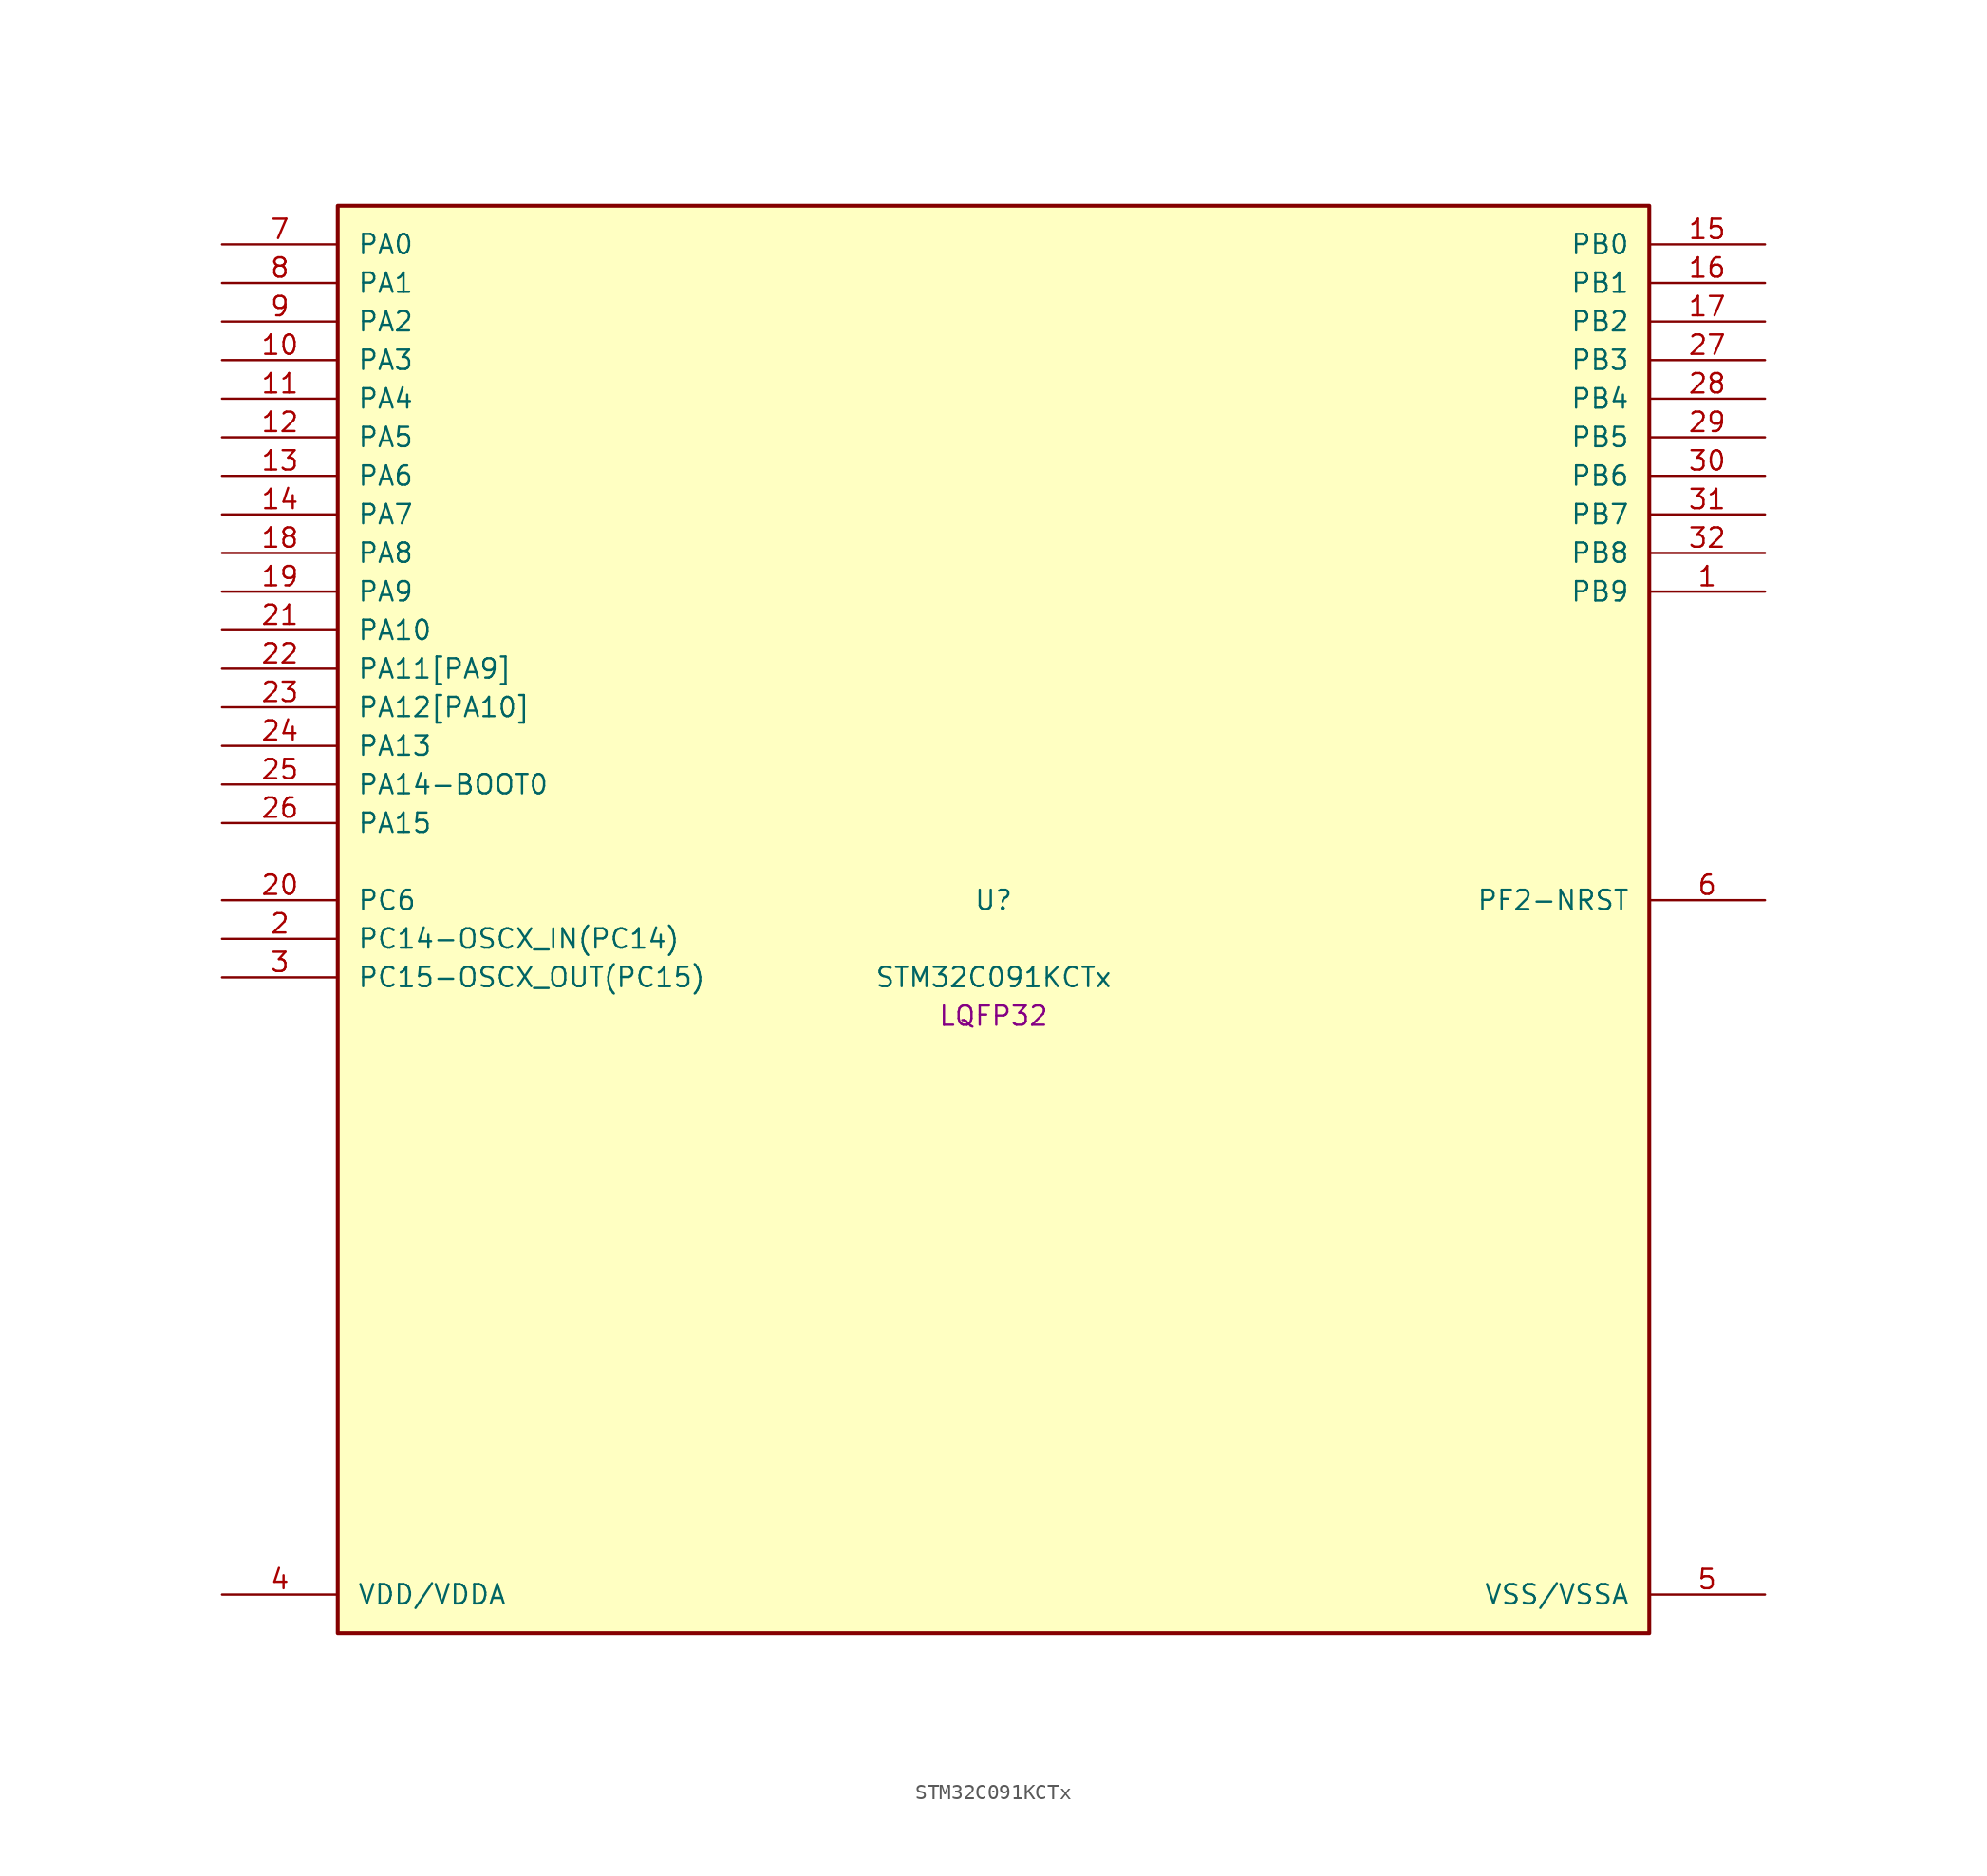
<source format=kicad_sym>
(kicad_symbol_lib
  (version 20241209)
  (generator "stm32_pkl_generator")
  (generator_version "1.0")
  (symbol "STM32C091KCTx"
    (pin_names
      (offset 1.27))
    (property "Reference" "U"
      (at 0 2.54 0))
    (property "Value" "STM32C091KCTx"
      (at 0 -2.54 0))
    (property "Footprint" "LQFP32"
      (at 0 -5.08 0))
    (symbol "STM32C091KCTx_1_1"
      (rectangle (start -43.18 48.26) (end 43.18 -45.72) (stroke (width 0.254) (type solid)) (fill (type background)))
      (pin bidirectional line (at -50.8 45.72 0) (length 7.62) (name "PA0") (number "7") (alternate "PA0/ADC1_IN0" bidirectional line) (alternate "PA0/PWR_WKUP1" bidirectional line) (alternate "PA0/SPI2_SCK" bidirectional line) (alternate "PA0/TIM16_CH1" bidirectional line) (alternate "PA0/TIM1_CH1" bidirectional line) (alternate "PA0/TIM2_CH1" bidirectional line) (alternate "PA0/TIM2_ETR" bidirectional line) (alternate "PA0/USART1_TX" bidirectional line) (alternate "PA0/USART2_CTS" bidirectional line) (alternate "PA0/USART2_NSS" bidirectional line) (alternate "PA0/USART4_TX" bidirectional line))
      (pin bidirectional line (at -50.8 43.18 0) (length 7.62) (name "PA1") (number "8") (alternate "PA1/ADC1_IN1" bidirectional line) (alternate "PA1/I2C1_SMBA" bidirectional line) (alternate "PA1/I2S1_CK" bidirectional line) (alternate "PA1/SPI1_SCK" bidirectional line) (alternate "PA1/TIM15_CH1N" bidirectional line) (alternate "PA1/TIM17_CH1" bidirectional line) (alternate "PA1/TIM1_CH2" bidirectional line) (alternate "PA1/TIM2_CH2" bidirectional line) (alternate "PA1/USART1_RX" bidirectional line) (alternate "PA1/USART2_CK" bidirectional line) (alternate "PA1/USART2_DE" bidirectional line) (alternate "PA1/USART2_RTS" bidirectional line) (alternate "PA1/USART4_RX" bidirectional line))
      (pin bidirectional line (at -50.8 40.64 0) (length 7.62) (name "PA2") (number "9") (alternate "PA2/ADC1_IN2" bidirectional line) (alternate "PA2/I2S1_SD" bidirectional line) (alternate "PA2/PWR_WKUP4" bidirectional line) (alternate "PA2/RCC_LSCO" bidirectional line) (alternate "PA2/SPI1_MOSI" bidirectional line) (alternate "PA2/TIM15_CH1" bidirectional line) (alternate "PA2/TIM16_CH1N" bidirectional line) (alternate "PA2/TIM1_CH3" bidirectional line) (alternate "PA2/TIM2_CH3" bidirectional line) (alternate "PA2/TIM3_ETR" bidirectional line) (alternate "PA2/USART2_TX" bidirectional line))
      (pin bidirectional line (at -50.8 38.1 0) (length 7.62) (name "PA3") (number "10") (alternate "PA3/ADC1_IN3" bidirectional line) (alternate "PA3/SPI2_MISO" bidirectional line) (alternate "PA3/TIM15_CH2" bidirectional line) (alternate "PA3/TIM1_CH1N" bidirectional line) (alternate "PA3/TIM1_CH4" bidirectional line) (alternate "PA3/TIM2_CH4" bidirectional line) (alternate "PA3/USART2_RX" bidirectional line))
      (pin bidirectional line (at -50.8 35.56 0) (length 7.62) (name "PA4") (number "11") (alternate "PA4/ADC1_IN4" bidirectional line) (alternate "PA4/I2S1_WS" bidirectional line) (alternate "PA4/PWR_WKUP2" bidirectional line) (alternate "PA4/RTC_OUT1" bidirectional line) (alternate "PA4/RTC_TS" bidirectional line) (alternate "PA4/SPI1_NSS" bidirectional line) (alternate "PA4/SPI2_MOSI" bidirectional line) (alternate "PA4/TIM14_CH1" bidirectional line) (alternate "PA4/TIM17_CH1N" bidirectional line) (alternate "PA4/TIM1_CH2N" bidirectional line) (alternate "PA4/USART2_TX" bidirectional line))
      (pin bidirectional line (at -50.8 33.02 0) (length 7.62) (name "PA5") (number "12") (alternate "PA5/ADC1_IN5" bidirectional line) (alternate "PA5/I2S1_CK" bidirectional line) (alternate "PA5/SPI1_SCK" bidirectional line) (alternate "PA5/TIM1_CH1" bidirectional line) (alternate "PA5/TIM1_CH3N" bidirectional line) (alternate "PA5/TIM2_CH1" bidirectional line) (alternate "PA5/TIM2_ETR" bidirectional line) (alternate "PA5/USART2_RX" bidirectional line) (alternate "PA5/USART3_TX" bidirectional line))
      (pin bidirectional line (at -50.8 30.48 0) (length 7.62) (name "PA6") (number "13") (alternate "PA6/ADC1_IN6" bidirectional line) (alternate "PA6/I2C2_SDA" bidirectional line) (alternate "PA6/I2S1_MCK" bidirectional line) (alternate "PA6/SPI1_MISO" bidirectional line) (alternate "PA6/TIM16_CH1" bidirectional line) (alternate "PA6/TIM1_BKIN" bidirectional line) (alternate "PA6/TIM3_CH1" bidirectional line) (alternate "PA6/USART3_CTS" bidirectional line) (alternate "PA6/USART3_NSS" bidirectional line))
      (pin bidirectional line (at -50.8 27.94 0) (length 7.62) (name "PA7") (number "14") (alternate "PA7/ADC1_IN7" bidirectional line) (alternate "PA7/I2C2_SCL" bidirectional line) (alternate "PA7/I2S1_SD" bidirectional line) (alternate "PA7/SPI1_MOSI" bidirectional line) (alternate "PA7/TIM14_CH1" bidirectional line) (alternate "PA7/TIM17_CH1" bidirectional line) (alternate "PA7/TIM1_CH1N" bidirectional line) (alternate "PA7/TIM3_CH2" bidirectional line))
      (pin bidirectional line (at -50.8 25.4 0) (length 7.62) (name "PA8") (number "18") (alternate "PA8/ADC1_IN8" bidirectional line) (alternate "PA8/I2S1_WS" bidirectional line) (alternate "PA8/RCC_MCO" bidirectional line) (alternate "PA8/RCC_MCO_2" bidirectional line) (alternate "PA8/SPI1_NSS" bidirectional line) (alternate "PA8/SPI2_MISO" bidirectional line) (alternate "PA8/SPI2_NSS" bidirectional line) (alternate "PA8/TIM14_CH1" bidirectional line) (alternate "PA8/TIM1_CH1" bidirectional line) (alternate "PA8/TIM1_CH2N" bidirectional line) (alternate "PA8/TIM1_CH3N" bidirectional line) (alternate "PA8/TIM3_CH3" bidirectional line) (alternate "PA8/TIM3_CH4" bidirectional line) (alternate "PA8/USART1_RX" bidirectional line) (alternate "PA8/USART2_TX" bidirectional line))
      (pin bidirectional line (at -50.8 22.86 0) (length 7.62) (name "PA9") (number "19") (alternate "PA9/I2C1_SCL" bidirectional line) (alternate "PA9/I2C2_SCL" bidirectional line) (alternate "PA9/RCC_MCO" bidirectional line) (alternate "PA9/SPI2_MISO" bidirectional line) (alternate "PA9/TIM15_BKIN" bidirectional line) (alternate "PA9/TIM1_CH2" bidirectional line) (alternate "PA9/TIM3_ETR" bidirectional line) (alternate "PA9/USART1_TX" bidirectional line) (alternate "PA9/NC" bidirectional line))
      (pin bidirectional line (at -50.8 20.32 0) (length 7.62) (name "PA10") (number "21") (alternate "PA10/I2C1_SDA" bidirectional line) (alternate "PA10/I2C2_SDA" bidirectional line) (alternate "PA10/RCC_MCO_2" bidirectional line) (alternate "PA10/SPI2_MOSI" bidirectional line) (alternate "PA10/TIM17_BKIN" bidirectional line) (alternate "PA10/TIM1_CH3" bidirectional line) (alternate "PA10/USART1_RX" bidirectional line) (alternate "PA10/NC" bidirectional line))
      (pin bidirectional line (at -50.8 17.78 0) (length 7.62) (name "PA11[PA9]") (number "22") (alternate "PA11[PA9]/ADC1_EXTI11" bidirectional line) (alternate "PA11[PA9]/I2C2_SCL" bidirectional line) (alternate "PA11[PA9]/I2S1_MCK" bidirectional line) (alternate "PA11[PA9]/SPI1_MISO" bidirectional line) (alternate "PA11[PA9]/TIM1_BKIN2" bidirectional line) (alternate "PA11[PA9]/TIM1_CH4" bidirectional line) (alternate "PA11[PA9]/USART1_CTS" bidirectional line) (alternate "PA11[PA9]/USART1_NSS" bidirectional line) (alternate "PA11[PA9]/PA9[PA11]" bidirectional line) (alternate "PA11[PA9]/I2C1_SCL" bidirectional line) (alternate "PA11[PA9]/RCC_MCO" bidirectional line) (alternate "PA11[PA9]/SPI2_MISO" bidirectional line) (alternate "PA11[PA9]/TIM15_BKIN" bidirectional line) (alternate "PA11[PA9]/TIM1_CH2" bidirectional line) (alternate "PA11[PA9]/TIM3_ETR" bidirectional line) (alternate "PA11[PA9]/USART1_TX" bidirectional line))
      (pin bidirectional line (at -50.8 15.24 0) (length 7.62) (name "PA12[PA10]") (number "23") (alternate "PA12[PA10]/I2C2_SDA" bidirectional line) (alternate "PA12[PA10]/I2S1_SD" bidirectional line) (alternate "PA12[PA10]/I2S_CKIN" bidirectional line) (alternate "PA12[PA10]/SPI1_MOSI" bidirectional line) (alternate "PA12[PA10]/TIM1_ETR" bidirectional line) (alternate "PA12[PA10]/USART1_CK" bidirectional line) (alternate "PA12[PA10]/USART1_DE" bidirectional line) (alternate "PA12[PA10]/USART1_RTS" bidirectional line) (alternate "PA12[PA10]/PA10[PA12]" bidirectional line) (alternate "PA12[PA10]/I2C1_SDA" bidirectional line) (alternate "PA12[PA10]/RCC_MCO_2" bidirectional line) (alternate "PA12[PA10]/SPI2_MOSI" bidirectional line) (alternate "PA12[PA10]/TIM17_BKIN" bidirectional line) (alternate "PA12[PA10]/TIM1_CH3" bidirectional line) (alternate "PA12[PA10]/USART1_RX" bidirectional line))
      (pin bidirectional line (at -50.8 12.7 0) (length 7.62) (name "PA13") (number "24") (alternate "PA13/ADC1_IN13" bidirectional line) (alternate "PA13/DEBUG_SWDIO" bidirectional line) (alternate "PA13/IR_OUT" bidirectional line) (alternate "PA13/TIM3_ETR" bidirectional line) (alternate "PA13/USART2_RX" bidirectional line))
      (pin bidirectional line (at -50.8 10.16 0) (length 7.62) (name "PA14-BOOT0") (number "25") (alternate "PA14-BOOT0/ADC1_IN14" bidirectional line) (alternate "PA14-BOOT0/BOOT0" bidirectional line) (alternate "PA14-BOOT0/DEBUG_SWCLK" bidirectional line) (alternate "PA14-BOOT0/I2S1_WS" bidirectional line) (alternate "PA14-BOOT0/RCC_MCO_2" bidirectional line) (alternate "PA14-BOOT0/SPI1_NSS" bidirectional line) (alternate "PA14-BOOT0/TIM1_CH1" bidirectional line) (alternate "PA14-BOOT0/USART1_CK" bidirectional line) (alternate "PA14-BOOT0/USART1_DE" bidirectional line) (alternate "PA14-BOOT0/USART1_RTS" bidirectional line) (alternate "PA14-BOOT0/USART2_RX" bidirectional line) (alternate "PA14-BOOT0/USART2_TX" bidirectional line))
      (pin bidirectional line (at -50.8 7.62 0) (length 7.62) (name "PA15") (number "26") (alternate "PA15/I2S1_WS" bidirectional line) (alternate "PA15/RCC_MCO_2" bidirectional line) (alternate "PA15/SPI1_NSS" bidirectional line) (alternate "PA15/TIM1_CH1" bidirectional line) (alternate "PA15/TIM2_CH1" bidirectional line) (alternate "PA15/TIM2_ETR" bidirectional line) (alternate "PA15/USART1_CK" bidirectional line) (alternate "PA15/USART1_DE" bidirectional line) (alternate "PA15/USART1_RTS" bidirectional line) (alternate "PA15/USART2_RX" bidirectional line) (alternate "PA15/USART3_CK" bidirectional line) (alternate "PA15/USART3_DE" bidirectional line) (alternate "PA15/USART3_RTS" bidirectional line) (alternate "PA15/USART4_CK" bidirectional line) (alternate "PA15/USART4_DE" bidirectional line) (alternate "PA15/USART4_RTS" bidirectional line))
      (pin bidirectional line (at 50.8 45.72 180) (length 7.62) (name "PB0") (number "15") (alternate "PB0/ADC1_IN17" bidirectional line) (alternate "PB0/I2S1_WS" bidirectional line) (alternate "PB0/SPI1_NSS" bidirectional line) (alternate "PB0/TIM1_CH2N" bidirectional line) (alternate "PB0/TIM3_CH3" bidirectional line) (alternate "PB0/USART3_RX" bidirectional line))
      (pin bidirectional line (at 50.8 43.18 180) (length 7.62) (name "PB1") (number "16") (alternate "PB1/ADC1_IN18" bidirectional line) (alternate "PB1/TIM14_CH1" bidirectional line) (alternate "PB1/TIM1_CH2N" bidirectional line) (alternate "PB1/TIM1_CH3N" bidirectional line) (alternate "PB1/TIM3_CH4" bidirectional line) (alternate "PB1/USART3_CK" bidirectional line) (alternate "PB1/USART3_DE" bidirectional line) (alternate "PB1/USART3_RTS" bidirectional line))
      (pin bidirectional line (at 50.8 40.64 180) (length 7.62) (name "PB2") (number "17") (alternate "PB2/ADC1_IN19" bidirectional line) (alternate "PB2/RCC_MCO_2" bidirectional line) (alternate "PB2/SPI2_MISO" bidirectional line) (alternate "PB2/USART1_RX" bidirectional line) (alternate "PB2/USART3_TX" bidirectional line))
      (pin bidirectional line (at 50.8 38.1 180) (length 7.62) (name "PB3") (number "27") (alternate "PB3/I2C2_SCL" bidirectional line) (alternate "PB3/I2S1_CK" bidirectional line) (alternate "PB3/SPI1_SCK" bidirectional line) (alternate "PB3/TIM1_CH2" bidirectional line) (alternate "PB3/TIM2_CH2" bidirectional line) (alternate "PB3/TIM3_CH2" bidirectional line) (alternate "PB3/USART1_CK" bidirectional line) (alternate "PB3/USART1_DE" bidirectional line) (alternate "PB3/USART1_RTS" bidirectional line))
      (pin bidirectional line (at 50.8 35.56 180) (length 7.62) (name "PB4") (number "28") (alternate "PB4/I2C2_SDA" bidirectional line) (alternate "PB4/I2S1_MCK" bidirectional line) (alternate "PB4/SPI1_MISO" bidirectional line) (alternate "PB4/TIM17_BKIN" bidirectional line) (alternate "PB4/TIM3_CH1" bidirectional line) (alternate "PB4/USART1_CTS" bidirectional line) (alternate "PB4/USART1_NSS" bidirectional line))
      (pin bidirectional line (at 50.8 33.02 180) (length 7.62) (name "PB5") (number "29") (alternate "PB5/I2C1_SMBA" bidirectional line) (alternate "PB5/I2S1_SD" bidirectional line) (alternate "PB5/PWR_WKUP6" bidirectional line) (alternate "PB5/SPI1_MOSI" bidirectional line) (alternate "PB5/TIM16_BKIN" bidirectional line) (alternate "PB5/TIM3_CH2" bidirectional line) (alternate "PB5/TIM3_CH3" bidirectional line))
      (pin bidirectional line (at 50.8 30.48 180) (length 7.62) (name "PB6") (number "30") (alternate "PB6/I2C1_SCL" bidirectional line) (alternate "PB6/I2C1_SMBA" bidirectional line) (alternate "PB6/I2S1_CK" bidirectional line) (alternate "PB6/I2S1_MCK" bidirectional line) (alternate "PB6/I2S1_SD" bidirectional line) (alternate "PB6/PWR_WKUP3" bidirectional line) (alternate "PB6/SPI1_MISO" bidirectional line) (alternate "PB6/SPI1_MOSI" bidirectional line) (alternate "PB6/SPI1_SCK" bidirectional line) (alternate "PB6/SPI2_MISO" bidirectional line) (alternate "PB6/TIM16_BKIN" bidirectional line) (alternate "PB6/TIM16_CH1N" bidirectional line) (alternate "PB6/TIM1_CH2" bidirectional line) (alternate "PB6/TIM1_CH3" bidirectional line) (alternate "PB6/TIM3_CH1" bidirectional line) (alternate "PB6/TIM3_CH2" bidirectional line) (alternate "PB6/TIM3_CH3" bidirectional line) (alternate "PB6/USART1_CTS" bidirectional line) (alternate "PB6/USART1_NSS" bidirectional line) (alternate "PB6/USART1_TX" bidirectional line))
      (pin bidirectional line (at 50.8 27.94 180) (length 7.62) (name "PB7") (number "31") (alternate "PB7/I2C1_SCL" bidirectional line) (alternate "PB7/I2C1_SDA" bidirectional line) (alternate "PB7/RTC_REFIN" bidirectional line) (alternate "PB7/SPI2_MOSI" bidirectional line) (alternate "PB7/TIM16_CH1" bidirectional line) (alternate "PB7/TIM17_CH1N" bidirectional line) (alternate "PB7/TIM1_CH4" bidirectional line) (alternate "PB7/TIM3_CH1" bidirectional line) (alternate "PB7/TIM3_CH4" bidirectional line) (alternate "PB7/USART1_RX" bidirectional line) (alternate "PB7/USART2_CTS" bidirectional line) (alternate "PB7/USART2_NSS" bidirectional line) (alternate "PB7/USART4_CTS" bidirectional line) (alternate "PB7/USART4_NSS" bidirectional line))
      (pin bidirectional line (at 50.8 25.4 180) (length 7.62) (name "PB8") (number "32") (alternate "PB8/I2C1_SCL" bidirectional line) (alternate "PB8/SPI2_SCK" bidirectional line) (alternate "PB8/TIM15_BKIN" bidirectional line) (alternate "PB8/TIM16_CH1" bidirectional line) (alternate "PB8/TIM3_CH1" bidirectional line) (alternate "PB8/USART2_CTS" bidirectional line) (alternate "PB8/USART2_NSS" bidirectional line) (alternate "PB8/USART3_TX" bidirectional line))
      (pin bidirectional line (at 50.8 22.86 180) (length 7.62) (name "PB9") (number "1") (alternate "PB9/I2C1_SDA" bidirectional line) (alternate "PB9/IR_OUT" bidirectional line) (alternate "PB9/SPI2_NSS" bidirectional line) (alternate "PB9/TIM17_CH1" bidirectional line) (alternate "PB9/TIM3_CH2" bidirectional line) (alternate "PB9/USART2_CK" bidirectional line) (alternate "PB9/USART2_DE" bidirectional line) (alternate "PB9/USART2_RTS" bidirectional line) (alternate "PB9/USART3_RX" bidirectional line))
      (pin bidirectional line (at -50.8 2.54 0) (length 7.62) (name "PC6") (number "20") (alternate "PC6/TIM2_CH3" bidirectional line) (alternate "PC6/TIM3_CH1" bidirectional line))
      (pin bidirectional line (at -50.8 0 0) (length 7.62) (name "PC14-OSCX_IN(PC14)") (number "2") (alternate "PC14-OSCX_IN(PC14)/I2C1_SDA" bidirectional line) (alternate "PC14-OSCX_IN(PC14)/IR_OUT" bidirectional line) (alternate "PC14-OSCX_IN(PC14)/RCC_OSCX_IN" bidirectional line) (alternate "PC14-OSCX_IN(PC14)/SPI2_NSS" bidirectional line) (alternate "PC14-OSCX_IN(PC14)/TIM17_CH1" bidirectional line) (alternate "PC14-OSCX_IN(PC14)/TIM1_BKIN2" bidirectional line) (alternate "PC14-OSCX_IN(PC14)/TIM1_ETR" bidirectional line) (alternate "PC14-OSCX_IN(PC14)/TIM3_CH2" bidirectional line) (alternate "PC14-OSCX_IN(PC14)/USART1_TX" bidirectional line) (alternate "PC14-OSCX_IN(PC14)/USART2_CK" bidirectional line) (alternate "PC14-OSCX_IN(PC14)/USART2_DE" bidirectional line) (alternate "PC14-OSCX_IN(PC14)/USART2_RTS" bidirectional line) (alternate "PC14-OSCX_IN(PC14)/USART3_TX" bidirectional line))
      (pin bidirectional line (at -50.8 -2.54 0) (length 7.62) (name "PC15-OSCX_OUT(PC15)") (number "3") (alternate "PC15-OSCX_OUT(PC15)/RCC_OSC32_EN" bidirectional line) (alternate "PC15-OSCX_OUT(PC15)/RCC_OSCX_OUT" bidirectional line) (alternate "PC15-OSCX_OUT(PC15)/RCC_OSC_EN" bidirectional line) (alternate "PC15-OSCX_OUT(PC15)/TIM15_BKIN" bidirectional line) (alternate "PC15-OSCX_OUT(PC15)/TIM1_ETR" bidirectional line) (alternate "PC15-OSCX_OUT(PC15)/TIM3_CH3" bidirectional line))
      (pin bidirectional line (at 50.8 2.54 180) (length 7.62) (name "PF2-NRST") (number "6") (alternate "PF2-NRST/RCC_MCO" bidirectional line) (alternate "PF2-NRST/TIM1_CH4" bidirectional line))
      (pin power_in line (at -50.8 -43.18 0) (length 7.62) (name "VDD/VDDA") (number "4"))
      (pin power_in line (at 50.8 -43.18 180) (length 7.62) (name "VSS/VSSA") (number "5")))))
</source>
